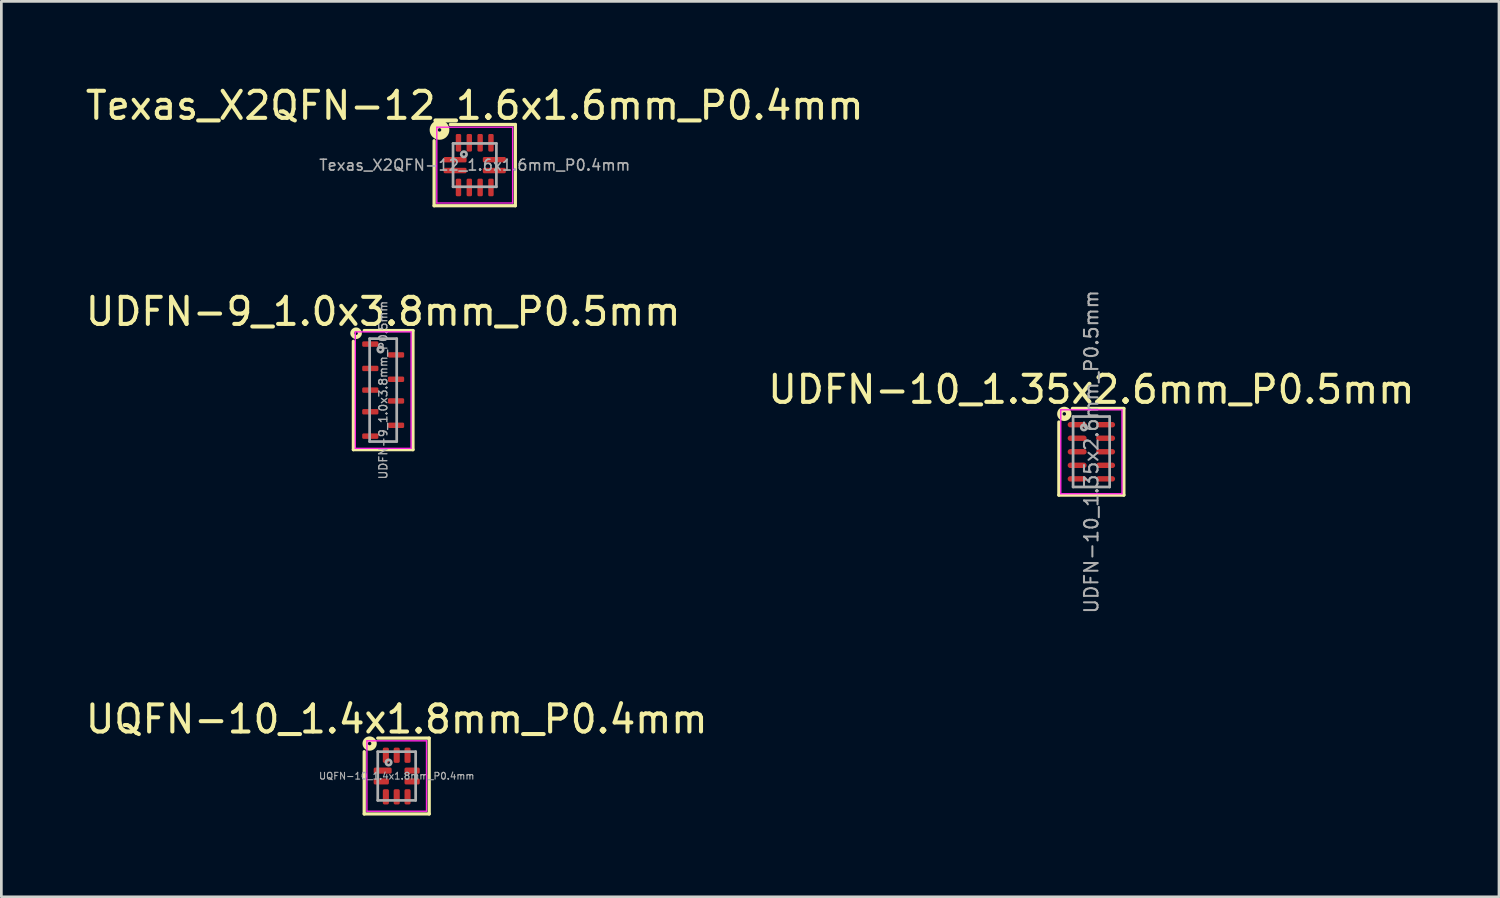
<source format=kicad_pcb>
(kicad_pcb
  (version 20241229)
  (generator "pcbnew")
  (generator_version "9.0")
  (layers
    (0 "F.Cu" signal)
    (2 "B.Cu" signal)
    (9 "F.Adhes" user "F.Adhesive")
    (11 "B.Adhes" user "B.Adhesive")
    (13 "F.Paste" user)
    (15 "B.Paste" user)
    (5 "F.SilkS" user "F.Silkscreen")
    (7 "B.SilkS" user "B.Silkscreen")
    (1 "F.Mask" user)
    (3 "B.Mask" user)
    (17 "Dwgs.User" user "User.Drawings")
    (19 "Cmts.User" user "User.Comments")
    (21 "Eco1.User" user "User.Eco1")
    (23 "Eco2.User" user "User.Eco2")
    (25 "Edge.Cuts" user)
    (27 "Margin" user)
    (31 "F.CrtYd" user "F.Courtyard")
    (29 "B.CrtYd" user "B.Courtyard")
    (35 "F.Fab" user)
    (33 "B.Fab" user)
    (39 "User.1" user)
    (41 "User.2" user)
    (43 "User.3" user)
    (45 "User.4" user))
  (footprint "UDFN-9_1.0x3.8mm_P0.5mm"
    (layer "F.Cu")
    (at 11.101 11.357)
    (property "Reference" "UDFN-9_1.0x3.8mm_P0.5mm" (at 0 -2.9 0) (layer "F.SilkS") (effects (font (size 1 1) (thickness 0.15))))
    (attr smd)
    (fp_line (start -1.1 2.2) (end -1.1 -1.8) (stroke (width 0.12) (type solid)) (layer "F.SilkS"))
    (fp_line (start -0.699 -2.2) (end 1.1 -2.2) (stroke (width 0.12) (type solid)) (layer "F.SilkS"))
    (fp_line (start 1.1 -2.2) (end 1.1 2.2) (stroke (width 0.12) (type solid)) (layer "F.SilkS"))
    (fp_line (start 1.1 2.2) (end -1.1 2.2) (stroke (width 0.12) (type solid)) (layer "F.SilkS"))
    (fp_circle (center -1 -2.1) (end -0.936 -2.1) (stroke (width 0.15) (type solid)) (fill no) (layer "F.SilkS"))
    (fp_line (start -1.03 -2.15) (end -1.03 2.15) (stroke (width 0.05) (type solid)) (layer "F.CrtYd"))
    (fp_line (start -1.03 2.15) (end 1.03 2.15) (stroke (width 0.05) (type solid)) (layer "F.CrtYd"))
    (fp_line (start 1.03 -2.15) (end -1.03 -2.15) (stroke (width 0.05) (type solid)) (layer "F.CrtYd"))
    (fp_line (start 1.03 2.15) (end 1.03 -2.15) (stroke (width 0.05) (type solid)) (layer "F.CrtYd"))
    (fp_line (start -0.5 -1.9) (end -0.5 1.9) (stroke (width 0.1) (type solid)) (layer "F.Fab"))
    (fp_line (start -0.5 1.9) (end 0.5 1.9) (stroke (width 0.1) (type solid)) (layer "F.Fab"))
    (fp_line (start 0.5 -1.9) (end -0.5 -1.9) (stroke (width 0.1) (type solid)) (layer "F.Fab"))
    (fp_line (start 0.5 1.9) (end 0.5 -1.9) (stroke (width 0.1) (type solid)) (layer "F.Fab"))
    (fp_circle (center -0.1 -1.5) (end 0 -1.5) (stroke (width 0.1) (type solid)) (fill no) (layer "F.Fab"))
    (fp_text user "${REFERENCE}" (at 0 0 90) (layer "F.Fab") (effects (font (size 0.3 0.3) (thickness 0.05))))
    (pad "1" smd roundrect (at -0.475 -1.7) (size 0.6 0.2) (layers "F.Cu" "F.Mask" "F.Paste") (roundrect_rratio 0.25))
    (pad "2" smd roundrect (at -0.475 -0.8) (size 0.6 0.2) (layers "F.Cu" "F.Mask" "F.Paste") (roundrect_rratio 0.25))
    (pad "3" smd roundrect (at -0.475 0) (size 0.6 0.2) (layers "F.Cu" "F.Mask" "F.Paste") (roundrect_rratio 0.25))
    (pad "4" smd roundrect (at -0.475 0.8) (size 0.6 0.2) (layers "F.Cu" "F.Mask" "F.Paste") (roundrect_rratio 0.25))
    (pad "5" smd roundrect (at -0.475 1.7) (size 0.6 0.2) (layers "F.Cu" "F.Mask" "F.Paste") (roundrect_rratio 0.25))
    (pad "6" smd roundrect (at 0.475 1.3) (size 0.6 0.2) (layers "F.Cu" "F.Mask" "F.Paste") (roundrect_rratio 0.25))
    (pad "7" smd roundrect (at 0.475 0.4) (size 0.6 0.2) (layers "F.Cu" "F.Mask" "F.Paste") (roundrect_rratio 0.25))
    (pad "8" smd roundrect (at 0.475 -0.4) (size 0.6 0.2) (layers "F.Cu" "F.Mask" "F.Paste") (roundrect_rratio 0.25))
    (pad "9" smd roundrect (at 0.475 -1.3) (size 0.6 0.2) (layers "F.Cu" "F.Mask" "F.Paste") (roundrect_rratio 0.25)))
  (footprint "Texas_X2QFN-12_1.6x1.6mm_P0.4mm"
    (layer "F.Cu")
    (at 14.482 3.048)
    (property "Reference" "Texas_X2QFN-12_1.6x1.6mm_P0.4mm" (at 0 -2.2 0) (layer "F.SilkS") (effects (font (size 1 1) (thickness 0.15))))
    (attr smd)
    (fp_line (start -1.5 1.5) (end -1.5 -0.9) (stroke (width 0.12) (type solid)) (layer "F.SilkS"))
    (fp_line (start -0.9 -1.5) (end 1.5 -1.5) (stroke (width 0.12) (type solid)) (layer "F.SilkS"))
    (fp_line (start 1.5 -1.5) (end 1.5 1.5) (stroke (width 0.12) (type solid)) (layer "F.SilkS"))
    (fp_line (start 1.5 1.5) (end -1.5 1.5) (stroke (width 0.12) (type solid)) (layer "F.SilkS"))
    (fp_circle (center -1.3 -1.3) (end -1.236 -1.3) (stroke (width 0.3) (type solid)) (fill no) (layer "F.SilkS"))
    (fp_line (start -1.4 -1.4) (end -1.4 1.4) (stroke (width 0.05) (type solid)) (layer "F.CrtYd"))
    (fp_line (start -1.4 1.4) (end 1.4 1.4) (stroke (width 0.05) (type solid)) (layer "F.CrtYd"))
    (fp_line (start 1.4 -1.4) (end -1.4 -1.4) (stroke (width 0.05) (type solid)) (layer "F.CrtYd"))
    (fp_line (start 1.4 1.4) (end 1.4 -1.4) (stroke (width 0.05) (type solid)) (layer "F.CrtYd"))
    (fp_line (start -0.8 -0.8) (end 0.8 -0.8) (stroke (width 0.1) (type solid)) (layer "F.Fab"))
    (fp_line (start -0.8 0.8) (end -0.8 -0.8) (stroke (width 0.1) (type solid)) (layer "F.Fab"))
    (fp_line (start 0.8 -0.8) (end 0.8 0.8) (stroke (width 0.1) (type solid)) (layer "F.Fab"))
    (fp_line (start 0.8 0.8) (end -0.8 0.8) (stroke (width 0.1) (type solid)) (layer "F.Fab"))
    (fp_circle (center -0.4 -0.4) (end -0.3 -0.4) (stroke (width 0.1) (type solid)) (fill no) (layer "F.Fab"))
    (fp_text user "${REFERENCE}" (at 0 0 0) (layer "F.Fab") (effects (font (size 0.4 0.4) (thickness 0.06))))
    (pad "1" smd roundrect (at -0.725 -0.2) (size 0.85 0.2) (layers "F.Cu" "F.Mask" "F.Paste") (roundrect_rratio 0.25))
    (pad "2" smd roundrect (at -0.725 0.2) (size 0.85 0.2) (layers "F.Cu" "F.Mask" "F.Paste") (roundrect_rratio 0.25))
    (pad "3" smd roundrect (at -0.6 0.825) (size 0.2 0.65) (layers "F.Cu" "F.Mask" "F.Paste") (roundrect_rratio 0.25))
    (pad "4" smd roundrect (at -0.2 0.825) (size 0.2 0.65) (layers "F.Cu" "F.Mask" "F.Paste") (roundrect_rratio 0.25))
    (pad "5" smd roundrect (at 0.2 0.825) (size 0.2 0.65) (layers "F.Cu" "F.Mask" "F.Paste") (roundrect_rratio 0.25))
    (pad "6" smd roundrect (at 0.6 0.825) (size 0.2 0.65) (layers "F.Cu" "F.Mask" "F.Paste") (roundrect_rratio 0.25))
    (pad "7" smd roundrect (at 0.725 0.2) (size 0.85 0.2) (layers "F.Cu" "F.Mask" "F.Paste") (roundrect_rratio 0.25))
    (pad "8" smd roundrect (at 0.725 -0.2) (size 0.85 0.2) (layers "F.Cu" "F.Mask" "F.Paste") (roundrect_rratio 0.25))
    (pad "9" smd roundrect (at 0.6 -0.825) (size 0.2 0.65) (layers "F.Cu" "F.Mask" "F.Paste") (roundrect_rratio 0.25))
    (pad "10" smd roundrect (at 0.2 -0.825) (size 0.2 0.65) (layers "F.Cu" "F.Mask" "F.Paste") (roundrect_rratio 0.25))
    (pad "11" smd roundrect (at -0.2 -0.825) (size 0.2 0.65) (layers "F.Cu" "F.Mask" "F.Paste") (roundrect_rratio 0.25))
    (pad "12" smd roundrect (at -0.6 -0.825) (size 0.2 0.65) (layers "F.Cu" "F.Mask" "F.Paste") (roundrect_rratio 0.25)))
  (footprint "UDFN-10_1.35x2.6mm_P0.5mm"
    (layer "F.Cu")
    (at 37.256 13.635)
    (property "Reference" "UDFN-10_1.35x2.6mm_P0.5mm" (at 0 -2.3 0) (layer "F.SilkS") (effects (font (size 1 1) (thickness 0.15))))
    (attr smd)
    (fp_line (start -1.2 1.6) (end -1.2 -1.1) (stroke (width 0.12) (type solid)) (layer "F.SilkS"))
    (fp_line (start -0.7 -1.6) (end 1.2 -1.6) (stroke (width 0.12) (type solid)) (layer "F.SilkS"))
    (fp_line (start 1.2 -1.6) (end 1.2 1.6) (stroke (width 0.12) (type solid)) (layer "F.SilkS"))
    (fp_line (start 1.2 1.6) (end -1.2 1.6) (stroke (width 0.12) (type solid)) (layer "F.SilkS"))
    (fp_circle (center -1 -1.4) (end -0.936 -1.4) (stroke (width 0.2) (type solid)) (fill no) (layer "F.SilkS"))
    (fp_line (start -1.13 -1.55) (end -1.13 1.55) (stroke (width 0.05) (type solid)) (layer "F.CrtYd"))
    (fp_line (start -1.13 -1.55) (end 1.13 -1.55) (stroke (width 0.05) (type solid)) (layer "F.CrtYd"))
    (fp_line (start -1.13 1.55) (end 1.13 1.55) (stroke (width 0.05) (type solid)) (layer "F.CrtYd"))
    (fp_line (start 1.13 -1.55) (end 1.13 1.55) (stroke (width 0.05) (type solid)) (layer "F.CrtYd"))
    (fp_line (start -0.675 -1.3) (end 0.675 -1.3) (stroke (width 0.1) (type solid)) (layer "F.Fab"))
    (fp_line (start -0.675 1.3) (end -0.675 -1.3) (stroke (width 0.1) (type solid)) (layer "F.Fab"))
    (fp_line (start 0.675 -1.3) (end 0.675 1.3) (stroke (width 0.1) (type solid)) (layer "F.Fab"))
    (fp_line (start 0.675 1.3) (end -0.675 1.3) (stroke (width 0.1) (type solid)) (layer "F.Fab"))
    (fp_circle (center -0.275 -0.9) (end -0.175 -0.9) (stroke (width 0.1) (type solid)) (fill no) (layer "F.Fab"))
    (fp_text user "${REFERENCE}" (at 0 0 90) (layer "F.Fab") (effects (font (size 0.5 0.5) (thickness 0.075))))
    (pad "1" smd oval (at -0.525 -1) (size 0.7 0.2) (layers "F.Cu" "F.Mask" "F.Paste"))
    (pad "2" smd oval (at -0.525 -0.5) (size 0.7 0.2) (layers "F.Cu" "F.Mask" "F.Paste"))
    (pad "3" smd oval (at -0.525 0) (size 0.7 0.2) (layers "F.Cu" "F.Mask" "F.Paste"))
    (pad "4" smd oval (at -0.525 0.5) (size 0.7 0.2) (layers "F.Cu" "F.Mask" "F.Paste"))
    (pad "5" smd oval (at -0.525 1) (size 0.7 0.2) (layers "F.Cu" "F.Mask" "F.Paste"))
    (pad "6" smd oval (at 0.525 1) (size 0.7 0.2) (layers "F.Cu" "F.Mask" "F.Paste"))
    (pad "7" smd oval (at 0.525 0.5) (size 0.7 0.2) (layers "F.Cu" "F.Mask" "F.Paste"))
    (pad "8" smd oval (at 0.525 0) (size 0.7 0.2) (layers "F.Cu" "F.Mask" "F.Paste"))
    (pad "9" smd oval (at 0.525 -0.5) (size 0.7 0.2) (layers "F.Cu" "F.Mask" "F.Paste"))
    (pad "10" smd oval (at 0.525 -1) (size 0.7 0.2) (layers "F.Cu" "F.Mask" "F.Paste")))
  (footprint "UQFN-10_1.4x1.8mm_P0.4mm"
    (layer "F.Cu")
    (at 11.601 25.61)
    (property "Reference" "UQFN-10_1.4x1.8mm_P0.4mm" (at 0 -2.1 0) (layer "F.SilkS") (effects (font (size 1 1) (thickness 0.15))))
    (attr smd)
    (fp_line (start -1.2 1.4) (end -1.2 -0.9) (stroke (width 0.12) (type solid)) (layer "F.SilkS"))
    (fp_line (start -0.7 -1.4) (end 1.2 -1.4) (stroke (width 0.12) (type solid)) (layer "F.SilkS"))
    (fp_line (start 1.2 -1.4) (end 1.2 1.4) (stroke (width 0.12) (type solid)) (layer "F.SilkS"))
    (fp_line (start 1.2 1.4) (end -1.2 1.4) (stroke (width 0.12) (type solid)) (layer "F.SilkS"))
    (fp_circle (center -1 -1.2) (end -0.936 -1.2) (stroke (width 0.2) (type solid)) (fill no) (layer "F.SilkS"))
    (fp_line (start -1.1 1.3) (end -1.1 -1.3) (stroke (width 0.05) (type solid)) (layer "F.CrtYd"))
    (fp_line (start -1.1 1.3) (end 1.1 1.3) (stroke (width 0.05) (type solid)) (layer "F.CrtYd"))
    (fp_line (start 1.1 -1.3) (end -1.1 -1.3) (stroke (width 0.05) (type solid)) (layer "F.CrtYd"))
    (fp_line (start 1.1 -1.3) (end 1.1 1.3) (stroke (width 0.05) (type solid)) (layer "F.CrtYd"))
    (fp_line (start -0.7 -0.9) (end -0.7 0.9) (stroke (width 0.1) (type solid)) (layer "F.Fab"))
    (fp_line (start -0.7 -0.9) (end 0.7 -0.9) (stroke (width 0.1) (type solid)) (layer "F.Fab"))
    (fp_line (start -0.7 0.9) (end 0.7 0.9) (stroke (width 0.1) (type solid)) (layer "F.Fab"))
    (fp_line (start 0.7 -0.9) (end 0.7 0.9) (stroke (width 0.1) (type solid)) (layer "F.Fab"))
    (fp_circle (center -0.3 -0.5) (end -0.2 -0.5) (stroke (width 0.1) (type solid)) (fill no) (layer "F.Fab"))
    (fp_text user "${REFERENCE}" (at 0 0 0) (layer "F.Fab") (effects (font (size 0.25 0.25) (thickness 0.04))))
    (pad "1" smd roundrect (at -0.518 -0.2) (size 0.663 0.225) (layers "F.Cu" "F.Mask" "F.Paste") (roundrect_rratio 0.25))
    (pad "2" smd roundrect (at -0.569 0.2) (size 0.563 0.225) (layers "F.Cu" "F.Mask" "F.Paste") (roundrect_rratio 0.25))
    (pad "3" smd roundrect (at -0.4 0.768) (size 0.225 0.563) (layers "F.Cu" "F.Mask" "F.Paste") (roundrect_rratio 0.25))
    (pad "4" smd roundrect (at 0 0.768) (size 0.225 0.563) (layers "F.Cu" "F.Mask" "F.Paste") (roundrect_rratio 0.25))
    (pad "5" smd roundrect (at 0.4 0.768) (size 0.225 0.563) (layers "F.Cu" "F.Mask" "F.Paste") (roundrect_rratio 0.25))
    (pad "6" smd roundrect (at 0.569 0.2) (size 0.563 0.225) (layers "F.Cu" "F.Mask" "F.Paste") (roundrect_rratio 0.25))
    (pad "7" smd roundrect (at 0.569 -0.2) (size 0.563 0.225) (layers "F.Cu" "F.Mask" "F.Paste") (roundrect_rratio 0.25))
    (pad "8" smd roundrect (at 0.4 -0.768) (size 0.225 0.563) (layers "F.Cu" "F.Mask" "F.Paste") (roundrect_rratio 0.25))
    (pad "9" smd roundrect (at 0 -0.768) (size 0.225 0.563) (layers "F.Cu" "F.Mask" "F.Paste") (roundrect_rratio 0.25))
    (pad "10" smd roundrect (at -0.4 -0.768) (size 0.225 0.563) (layers "F.Cu" "F.Mask" "F.Paste") (roundrect_rratio 0.25)))
  (gr_rect
    (start -3 -3)
    (end 52.31 30.07)
    (stroke (width 0.1) (type default))
    (fill no)
    (layer "Edge.Cuts")))
</source>
